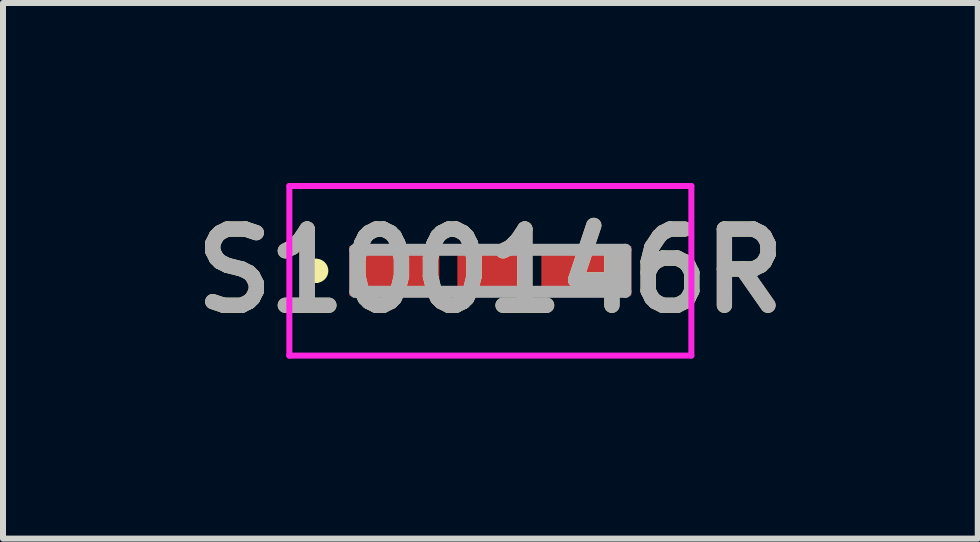
<source format=kicad_pcb>
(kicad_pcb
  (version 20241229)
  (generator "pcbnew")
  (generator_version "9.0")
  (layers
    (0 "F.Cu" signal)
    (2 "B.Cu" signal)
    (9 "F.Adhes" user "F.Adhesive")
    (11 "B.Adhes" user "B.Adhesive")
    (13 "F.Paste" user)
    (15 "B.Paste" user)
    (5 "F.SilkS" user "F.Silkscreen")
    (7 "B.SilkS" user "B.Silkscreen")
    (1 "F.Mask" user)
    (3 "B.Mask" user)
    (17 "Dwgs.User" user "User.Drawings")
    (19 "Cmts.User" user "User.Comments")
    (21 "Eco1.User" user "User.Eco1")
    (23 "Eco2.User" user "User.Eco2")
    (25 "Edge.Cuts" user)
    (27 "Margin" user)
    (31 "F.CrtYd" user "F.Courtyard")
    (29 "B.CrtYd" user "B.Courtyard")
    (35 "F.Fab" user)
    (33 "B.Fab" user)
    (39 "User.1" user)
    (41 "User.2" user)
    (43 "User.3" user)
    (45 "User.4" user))
  (footprint "S100146R"
    (layer "F.Cu")
    (at 5.122 1.463)
    (property "Reference" "S100146R" (at 0 0 0) (layer "F.SilkS") (effects (font (size 1.27 1.27) (thickness 0.254))))
    (attr smd)
    (fp_line (start -2.9 -0.1) (end -2.9 -0.1) (stroke (width 0.2) (type solid)) (layer "F.SilkS"))
    (fp_line (start -2.9 0.1) (end -2.9 0.1) (stroke (width 0.2) (type solid)) (layer "F.SilkS"))
    (fp_arc (start -2.9 -0.1) (mid -2.8 0) (end -2.9 0.1) (stroke (width 0.2) (type solid)) (layer "F.SilkS"))
    (fp_arc (start -2.9 0.1) (mid -3 0) (end -2.9 -0.1) (stroke (width 0.2) (type solid)) (layer "F.SilkS"))
    (fp_line (start -3.35 -1.413) (end 3.35 -1.413) (stroke (width 0.1) (type solid)) (layer "F.CrtYd"))
    (fp_line (start -3.35 1.413) (end -3.35 -1.413) (stroke (width 0.1) (type solid)) (layer "F.CrtYd"))
    (fp_line (start 3.35 -1.413) (end 3.35 1.413) (stroke (width 0.1) (type solid)) (layer "F.CrtYd"))
    (fp_line (start 3.35 1.413) (end -3.35 1.413) (stroke (width 0.1) (type solid)) (layer "F.CrtYd"))
    (fp_line (start -2.25 -0.35) (end 2.25 -0.35) (stroke (width 0.2) (type solid)) (layer "F.Fab"))
    (fp_line (start -2.25 0.35) (end -2.25 -0.35) (stroke (width 0.2) (type solid)) (layer "F.Fab"))
    (fp_line (start 2.25 -0.35) (end 2.25 0.35) (stroke (width 0.2) (type solid)) (layer "F.Fab"))
    (fp_line (start 2.25 0.35) (end -2.25 0.35) (stroke (width 0.2) (type solid)) (layer "F.Fab"))
    (fp_text user "${REFERENCE}" (at 0 0 0) (layer "F.Fab") (effects (font (size 1.27 1.27) (thickness 0.254))))
    (pad "1" smd rect (at -1.6 0 90) (size 0.825 1.5) (layers "F.Cu" "F.Mask" "F.Paste"))
    (pad "2" smd rect (at 0 0 90) (size 0.825 1.1) (layers "F.Cu" "F.Mask" "F.Paste"))
    (pad "3" smd rect (at 1.6 0 90) (size 0.825 1.5) (layers "F.Cu" "F.Mask" "F.Paste")))
  (gr_rect
    (start -3 -3)
    (end 13.245 5.926)
    (stroke (width 0.1) (type default))
    (fill no)
    (layer "Edge.Cuts")))
</source>
